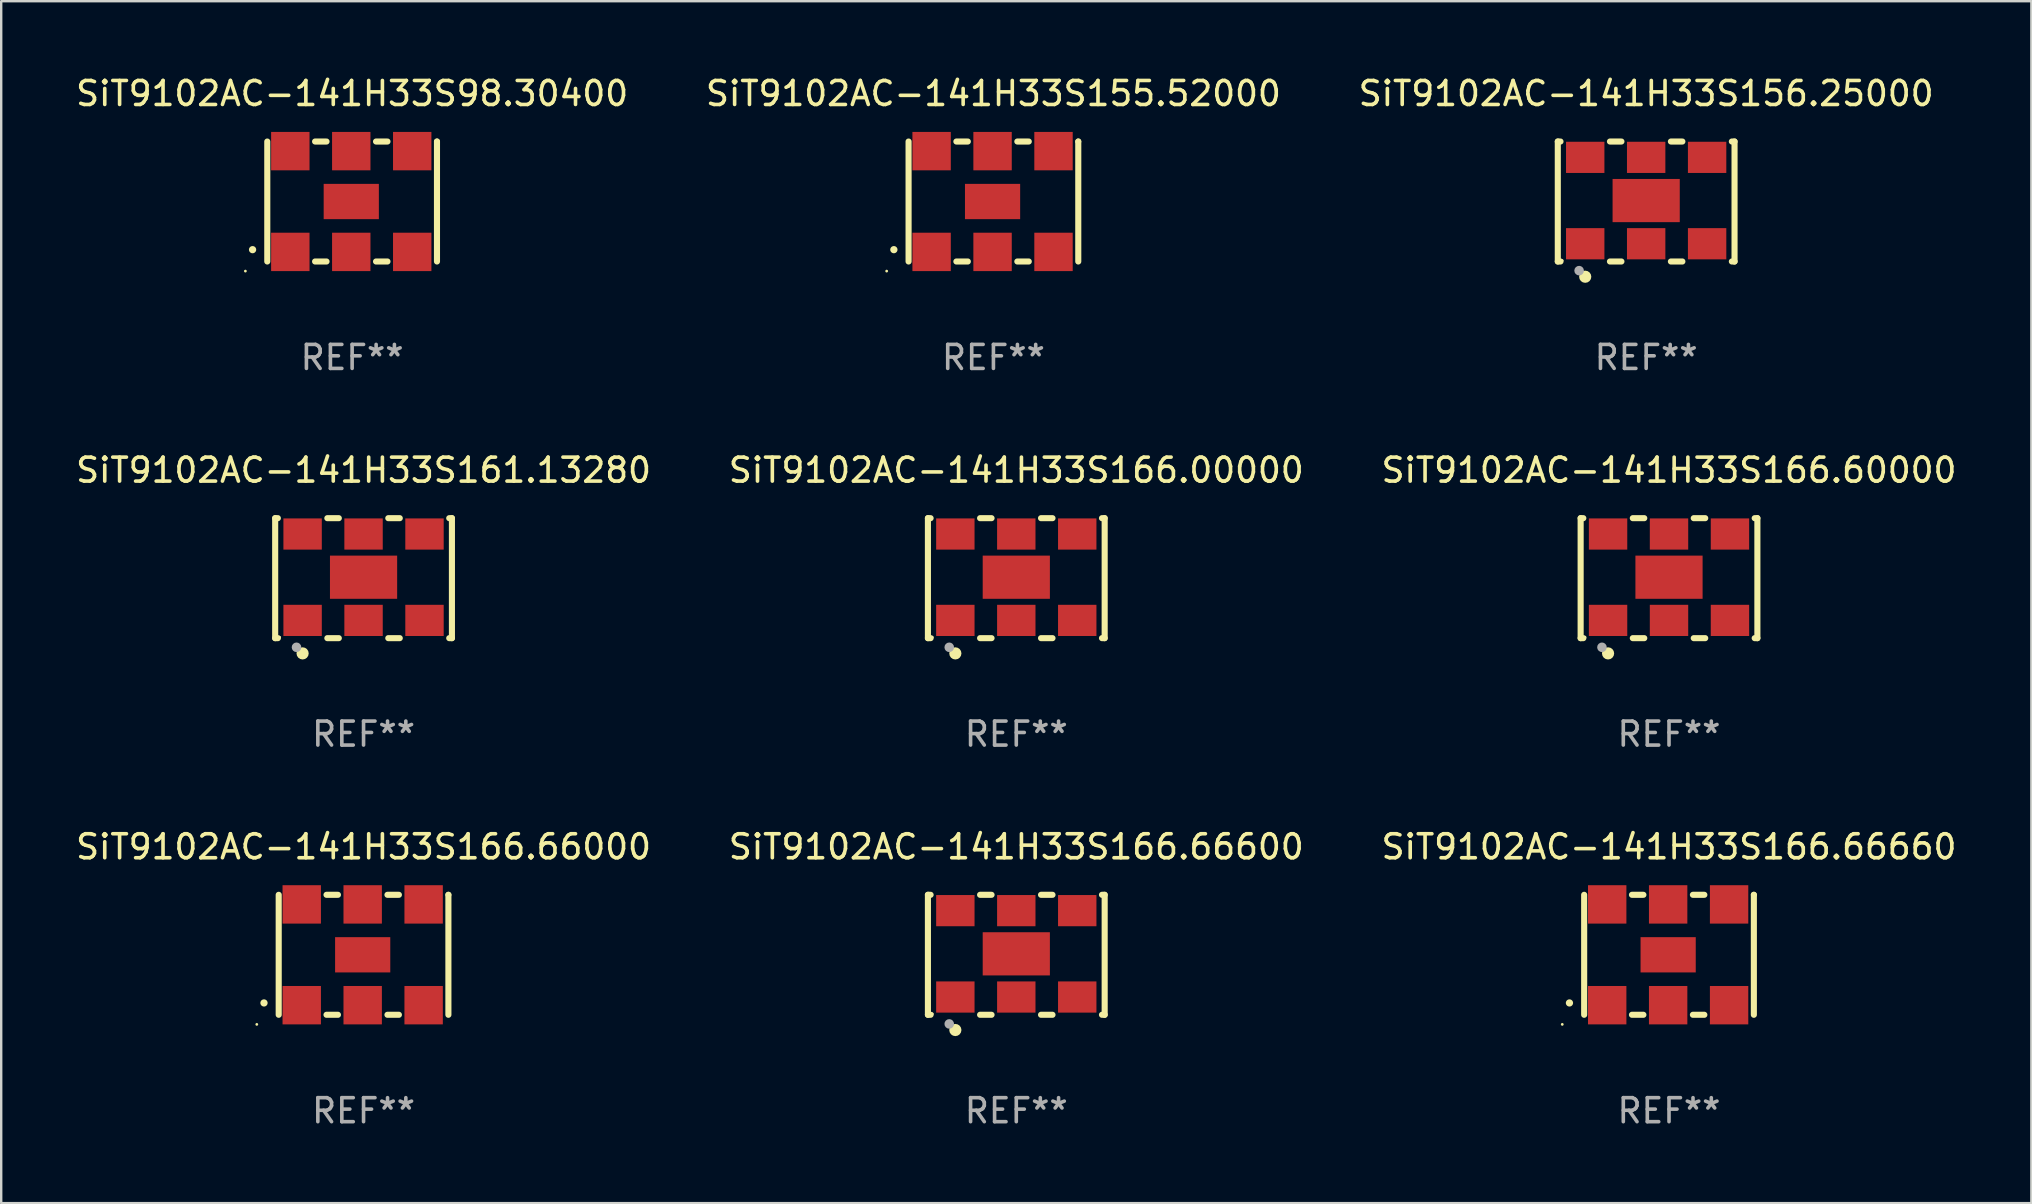
<source format=kicad_pcb>
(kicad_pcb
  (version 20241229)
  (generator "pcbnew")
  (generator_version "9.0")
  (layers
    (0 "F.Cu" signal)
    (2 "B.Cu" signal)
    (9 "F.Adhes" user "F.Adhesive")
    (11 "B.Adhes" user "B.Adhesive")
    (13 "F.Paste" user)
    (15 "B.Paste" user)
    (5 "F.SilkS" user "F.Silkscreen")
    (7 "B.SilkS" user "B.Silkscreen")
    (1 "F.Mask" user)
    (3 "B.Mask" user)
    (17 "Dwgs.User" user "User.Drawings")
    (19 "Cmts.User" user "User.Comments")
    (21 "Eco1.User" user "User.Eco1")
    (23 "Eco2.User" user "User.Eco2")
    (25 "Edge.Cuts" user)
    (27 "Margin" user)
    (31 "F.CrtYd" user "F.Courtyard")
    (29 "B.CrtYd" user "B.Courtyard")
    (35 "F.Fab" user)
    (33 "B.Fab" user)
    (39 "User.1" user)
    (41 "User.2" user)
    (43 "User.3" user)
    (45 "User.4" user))
  (footprint "SiT9102AC-141H33S166.66660"
    (layer "F.Cu")
    (at 66.506 36.741)
    (property "Reference" "SiT9102AC-141H33S166.66660" (at 0 -4.5 0) (layer "F.SilkS") (effects (font (size 1 1) (thickness 0.15))))
    (attr through_hole)
    (fp_line (start -3.536 -2.5) (end -3.536 2.5) (stroke (width 0.254) (type solid)) (layer "F.SilkS"))
    (fp_line (start -1.544 2.5) (end -1.067 2.5) (stroke (width 0.254) (type solid)) (layer "F.SilkS"))
    (fp_line (start -1.067 -2.5) (end -1.544 -2.5) (stroke (width 0.254) (type solid)) (layer "F.SilkS"))
    (fp_line (start 0.996 2.5) (end 1.473 2.5) (stroke (width 0.254) (type solid)) (layer "F.SilkS"))
    (fp_line (start 1.473 -2.5) (end 0.996 -2.5) (stroke (width 0.254) (type solid)) (layer "F.SilkS"))
    (fp_line (start 3.536 -2.5) (end 3.536 -2.5) (stroke (width 0.254) (type solid)) (layer "F.SilkS"))
    (fp_line (start 3.536 2.5) (end 3.536 -2.5) (stroke (width 0.254) (type solid)) (layer "F.SilkS"))
    (fp_arc (start -4.150432 2.006604) (mid -4.149162 2.006599) (end -4.147892 2.006604) (stroke (width 0.3) (type solid)) (layer "F.SilkS"))
    (fp_circle (center -4.449 2.9) (end -4.419 2.9) (stroke (width 0.06) (type solid)) (fill no) (layer "F.SilkS"))
    (fp_text user "REF**" (at 0 6.5 0) (layer "F.Fab") (effects (font (size 1 1) (thickness 0.15))))
    (pad "1" smd rect (at -2.576 2.1) (size 1.6 1.6) (layers "F.Cu" "F.Mask" "F.Paste"))
    (pad "2" smd rect (at -0.036 2.1) (size 1.6 1.6) (layers "F.Cu" "F.Mask" "F.Paste"))
    (pad "3" smd rect (at 2.504 2.1) (size 1.6 1.6) (layers "F.Cu" "F.Mask" "F.Paste"))
    (pad "4" smd rect (at 2.504 -2.1) (size 1.6 1.6) (layers "F.Cu" "F.Mask" "F.Paste"))
    (pad "5" smd rect (at -0.036 -2.1) (size 1.6 1.6) (layers "F.Cu" "F.Mask" "F.Paste"))
    (pad "6" smd rect (at -2.576 -2.1) (size 1.6 1.6) (layers "F.Cu" "F.Mask" "F.Paste"))
    (pad "7" smd rect (at -0.036 0) (size 2.3 1.47) (layers "F.Cu" "F.Mask" "F.Paste")))
  (footprint "SiT9102AC-141H33S166.00000"
    (layer "F.Cu")
    (at 39.304 21.045)
    (property "Reference" "SiT9102AC-141H33S166.00000" (at 0 -4.5 0) (layer "F.SilkS") (effects (font (size 1 1) (thickness 0.15))))
    (attr through_hole)
    (fp_line (start -3.683 -2.5) (end -3.571 -2.5) (stroke (width 0.254) (type solid)) (layer "F.SilkS"))
    (fp_line (start -3.683 2.5) (end -3.683 -2.5) (stroke (width 0.254) (type solid)) (layer "F.SilkS"))
    (fp_line (start -3.683 2.5) (end -3.571 2.5) (stroke (width 0.254) (type solid)) (layer "F.SilkS"))
    (fp_line (start -1.509 -2.5) (end -1.031 -2.5) (stroke (width 0.254) (type solid)) (layer "F.SilkS"))
    (fp_line (start -1.509 2.5) (end -1.031 2.5) (stroke (width 0.254) (type solid)) (layer "F.SilkS"))
    (fp_line (start 1.031 -2.5) (end 1.509 -2.5) (stroke (width 0.254) (type solid)) (layer "F.SilkS"))
    (fp_line (start 1.031 2.5) (end 1.509 2.5) (stroke (width 0.254) (type solid)) (layer "F.SilkS"))
    (fp_line (start 3.571 -2.5) (end 3.683 -2.5) (stroke (width 0.254) (type solid)) (layer "F.SilkS"))
    (fp_line (start 3.571 2.5) (end 3.683 2.5) (stroke (width 0.254) (type solid)) (layer "F.SilkS"))
    (fp_line (start 3.683 2.5) (end 3.683 -2.5) (stroke (width 0.254) (type solid)) (layer "F.SilkS"))
    (fp_circle (center -3.5 2.46) (end -3.47 2.46) (stroke (width 0.06) (type solid)) (fill no) (layer "F.SilkS"))
    (fp_circle (center -2.54 3.135) (end -2.413 3.135) (stroke (width 0.254) (type solid)) (fill no) (layer "F.SilkS"))
    (fp_circle (center -2.794 2.881) (end -2.694 2.881) (stroke (width 0.2) (type solid)) (fill no) (layer "F.Fab"))
    (fp_text user "REF**" (at 0 6.5 0) (layer "F.Fab") (effects (font (size 1 1) (thickness 0.15))))
    (pad "1" smd rect (at -2.54 1.76) (size 1.6 1.3) (layers "F.Cu" "F.Mask" "F.Paste"))
    (pad "2" smd rect (at 0 1.76) (size 1.6 1.3) (layers "F.Cu" "F.Mask" "F.Paste"))
    (pad "3" smd rect (at 2.54 1.76) (size 1.6 1.3) (layers "F.Cu" "F.Mask" "F.Paste"))
    (pad "4" smd rect (at 2.54 -1.84) (size 1.6 1.3) (layers "F.Cu" "F.Mask" "F.Paste"))
    (pad "5" smd rect (at 0 -1.84) (size 1.6 1.3) (layers "F.Cu" "F.Mask" "F.Paste"))
    (pad "6" smd rect (at -2.54 -1.84) (size 1.6 1.3) (layers "F.Cu" "F.Mask" "F.Paste"))
    (pad "7" smd rect (at 0 -0.04) (size 2.8 1.8) (layers "F.Cu" "F.Mask" "F.Paste")))
  (footprint "SiT9102AC-141H33S166.66600"
    (layer "F.Cu")
    (at 39.304 36.741)
    (property "Reference" "SiT9102AC-141H33S166.66600" (at 0 -4.5 0) (layer "F.SilkS") (effects (font (size 1 1) (thickness 0.15))))
    (attr through_hole)
    (fp_line (start -3.683 -2.5) (end -3.571 -2.5) (stroke (width 0.254) (type solid)) (layer "F.SilkS"))
    (fp_line (start -3.683 2.5) (end -3.683 -2.5) (stroke (width 0.254) (type solid)) (layer "F.SilkS"))
    (fp_line (start -3.683 2.5) (end -3.571 2.5) (stroke (width 0.254) (type solid)) (layer "F.SilkS"))
    (fp_line (start -1.509 -2.5) (end -1.031 -2.5) (stroke (width 0.254) (type solid)) (layer "F.SilkS"))
    (fp_line (start -1.509 2.5) (end -1.031 2.5) (stroke (width 0.254) (type solid)) (layer "F.SilkS"))
    (fp_line (start 1.031 -2.5) (end 1.509 -2.5) (stroke (width 0.254) (type solid)) (layer "F.SilkS"))
    (fp_line (start 1.031 2.5) (end 1.509 2.5) (stroke (width 0.254) (type solid)) (layer "F.SilkS"))
    (fp_line (start 3.571 -2.5) (end 3.683 -2.5) (stroke (width 0.254) (type solid)) (layer "F.SilkS"))
    (fp_line (start 3.571 2.5) (end 3.683 2.5) (stroke (width 0.254) (type solid)) (layer "F.SilkS"))
    (fp_line (start 3.683 2.5) (end 3.683 -2.5) (stroke (width 0.254) (type solid)) (layer "F.SilkS"))
    (fp_circle (center -3.5 2.46) (end -3.47 2.46) (stroke (width 0.06) (type solid)) (fill no) (layer "F.SilkS"))
    (fp_circle (center -2.54 3.135) (end -2.413 3.135) (stroke (width 0.254) (type solid)) (fill no) (layer "F.SilkS"))
    (fp_circle (center -2.794 2.881) (end -2.694 2.881) (stroke (width 0.2) (type solid)) (fill no) (layer "F.Fab"))
    (fp_text user "REF**" (at 0 6.5 0) (layer "F.Fab") (effects (font (size 1 1) (thickness 0.15))))
    (pad "1" smd rect (at -2.54 1.76) (size 1.6 1.3) (layers "F.Cu" "F.Mask" "F.Paste"))
    (pad "2" smd rect (at 0 1.76) (size 1.6 1.3) (layers "F.Cu" "F.Mask" "F.Paste"))
    (pad "3" smd rect (at 2.54 1.76) (size 1.6 1.3) (layers "F.Cu" "F.Mask" "F.Paste"))
    (pad "4" smd rect (at 2.54 -1.84) (size 1.6 1.3) (layers "F.Cu" "F.Mask" "F.Paste"))
    (pad "5" smd rect (at 0 -1.84) (size 1.6 1.3) (layers "F.Cu" "F.Mask" "F.Paste"))
    (pad "6" smd rect (at -2.54 -1.84) (size 1.6 1.3) (layers "F.Cu" "F.Mask" "F.Paste"))
    (pad "7" smd rect (at 0 -0.04) (size 2.8 1.8) (layers "F.Cu" "F.Mask" "F.Paste")))
  (footprint "SiT9102AC-141H33S161.13280"
    (layer "F.Cu")
    (at 12.101 21.045)
    (property "Reference" "SiT9102AC-141H33S161.13280" (at 0 -4.5 0) (layer "F.SilkS") (effects (font (size 1 1) (thickness 0.15))))
    (attr through_hole)
    (fp_line (start -3.683 -2.5) (end -3.571 -2.5) (stroke (width 0.254) (type solid)) (layer "F.SilkS"))
    (fp_line (start -3.683 2.5) (end -3.683 -2.5) (stroke (width 0.254) (type solid)) (layer "F.SilkS"))
    (fp_line (start -3.683 2.5) (end -3.571 2.5) (stroke (width 0.254) (type solid)) (layer "F.SilkS"))
    (fp_line (start -1.509 -2.5) (end -1.031 -2.5) (stroke (width 0.254) (type solid)) (layer "F.SilkS"))
    (fp_line (start -1.509 2.5) (end -1.031 2.5) (stroke (width 0.254) (type solid)) (layer "F.SilkS"))
    (fp_line (start 1.031 -2.5) (end 1.509 -2.5) (stroke (width 0.254) (type solid)) (layer "F.SilkS"))
    (fp_line (start 1.031 2.5) (end 1.509 2.5) (stroke (width 0.254) (type solid)) (layer "F.SilkS"))
    (fp_line (start 3.571 -2.5) (end 3.683 -2.5) (stroke (width 0.254) (type solid)) (layer "F.SilkS"))
    (fp_line (start 3.571 2.5) (end 3.683 2.5) (stroke (width 0.254) (type solid)) (layer "F.SilkS"))
    (fp_line (start 3.683 2.5) (end 3.683 -2.5) (stroke (width 0.254) (type solid)) (layer "F.SilkS"))
    (fp_circle (center -3.5 2.46) (end -3.47 2.46) (stroke (width 0.06) (type solid)) (fill no) (layer "F.SilkS"))
    (fp_circle (center -2.54 3.135) (end -2.413 3.135) (stroke (width 0.254) (type solid)) (fill no) (layer "F.SilkS"))
    (fp_circle (center -2.794 2.881) (end -2.694 2.881) (stroke (width 0.2) (type solid)) (fill no) (layer "F.Fab"))
    (fp_text user "REF**" (at 0 6.5 0) (layer "F.Fab") (effects (font (size 1 1) (thickness 0.15))))
    (pad "1" smd rect (at -2.54 1.76) (size 1.6 1.3) (layers "F.Cu" "F.Mask" "F.Paste"))
    (pad "2" smd rect (at 0 1.76) (size 1.6 1.3) (layers "F.Cu" "F.Mask" "F.Paste"))
    (pad "3" smd rect (at 2.54 1.76) (size 1.6 1.3) (layers "F.Cu" "F.Mask" "F.Paste"))
    (pad "4" smd rect (at 2.54 -1.84) (size 1.6 1.3) (layers "F.Cu" "F.Mask" "F.Paste"))
    (pad "5" smd rect (at 0 -1.84) (size 1.6 1.3) (layers "F.Cu" "F.Mask" "F.Paste"))
    (pad "6" smd rect (at -2.54 -1.84) (size 1.6 1.3) (layers "F.Cu" "F.Mask" "F.Paste"))
    (pad "7" smd rect (at 0 -0.04) (size 2.8 1.8) (layers "F.Cu" "F.Mask" "F.Paste")))
  (footprint "SiT9102AC-141H33S166.66000"
    (layer "F.Cu")
    (at 12.101 36.741)
    (property "Reference" "SiT9102AC-141H33S166.66000" (at 0 -4.5 0) (layer "F.SilkS") (effects (font (size 1 1) (thickness 0.15))))
    (attr through_hole)
    (fp_line (start -3.536 -2.5) (end -3.536 2.5) (stroke (width 0.254) (type solid)) (layer "F.SilkS"))
    (fp_line (start -1.544 2.5) (end -1.067 2.5) (stroke (width 0.254) (type solid)) (layer "F.SilkS"))
    (fp_line (start -1.067 -2.5) (end -1.544 -2.5) (stroke (width 0.254) (type solid)) (layer "F.SilkS"))
    (fp_line (start 0.996 2.5) (end 1.473 2.5) (stroke (width 0.254) (type solid)) (layer "F.SilkS"))
    (fp_line (start 1.473 -2.5) (end 0.996 -2.5) (stroke (width 0.254) (type solid)) (layer "F.SilkS"))
    (fp_line (start 3.536 -2.5) (end 3.536 -2.5) (stroke (width 0.254) (type solid)) (layer "F.SilkS"))
    (fp_line (start 3.536 2.5) (end 3.536 -2.5) (stroke (width 0.254) (type solid)) (layer "F.SilkS"))
    (fp_arc (start -4.150432 2.006604) (mid -4.149162 2.006599) (end -4.147892 2.006604) (stroke (width 0.3) (type solid)) (layer "F.SilkS"))
    (fp_circle (center -4.449 2.9) (end -4.419 2.9) (stroke (width 0.06) (type solid)) (fill no) (layer "F.SilkS"))
    (fp_text user "REF**" (at 0 6.5 0) (layer "F.Fab") (effects (font (size 1 1) (thickness 0.15))))
    (pad "1" smd rect (at -2.576 2.1) (size 1.6 1.6) (layers "F.Cu" "F.Mask" "F.Paste"))
    (pad "2" smd rect (at -0.036 2.1) (size 1.6 1.6) (layers "F.Cu" "F.Mask" "F.Paste"))
    (pad "3" smd rect (at 2.504 2.1) (size 1.6 1.6) (layers "F.Cu" "F.Mask" "F.Paste"))
    (pad "4" smd rect (at 2.504 -2.1) (size 1.6 1.6) (layers "F.Cu" "F.Mask" "F.Paste"))
    (pad "5" smd rect (at -0.036 -2.1) (size 1.6 1.6) (layers "F.Cu" "F.Mask" "F.Paste"))
    (pad "6" smd rect (at -2.576 -2.1) (size 1.6 1.6) (layers "F.Cu" "F.Mask" "F.Paste"))
    (pad "7" smd rect (at -0.036 0) (size 2.3 1.47) (layers "F.Cu" "F.Mask" "F.Paste")))
  (footprint "SiT9102AC-141H33S155.52000"
    (layer "F.Cu")
    (at 38.351 5.348)
    (property "Reference" "SiT9102AC-141H33S155.52000" (at 0 -4.5 0) (layer "F.SilkS") (effects (font (size 1 1) (thickness 0.15))))
    (attr through_hole)
    (fp_line (start -3.536 -2.5) (end -3.536 2.5) (stroke (width 0.254) (type solid)) (layer "F.SilkS"))
    (fp_line (start -1.544 2.5) (end -1.067 2.5) (stroke (width 0.254) (type solid)) (layer "F.SilkS"))
    (fp_line (start -1.067 -2.5) (end -1.544 -2.5) (stroke (width 0.254) (type solid)) (layer "F.SilkS"))
    (fp_line (start 0.996 2.5) (end 1.473 2.5) (stroke (width 0.254) (type solid)) (layer "F.SilkS"))
    (fp_line (start 1.473 -2.5) (end 0.996 -2.5) (stroke (width 0.254) (type solid)) (layer "F.SilkS"))
    (fp_line (start 3.536 -2.5) (end 3.536 -2.5) (stroke (width 0.254) (type solid)) (layer "F.SilkS"))
    (fp_line (start 3.536 2.5) (end 3.536 -2.5) (stroke (width 0.254) (type solid)) (layer "F.SilkS"))
    (fp_arc (start -4.150432 2.006604) (mid -4.149162 2.006599) (end -4.147892 2.006604) (stroke (width 0.3) (type solid)) (layer "F.SilkS"))
    (fp_circle (center -4.449 2.9) (end -4.419 2.9) (stroke (width 0.06) (type solid)) (fill no) (layer "F.SilkS"))
    (fp_text user "REF**" (at 0 6.5 0) (layer "F.Fab") (effects (font (size 1 1) (thickness 0.15))))
    (pad "1" smd rect (at -2.576 2.1) (size 1.6 1.6) (layers "F.Cu" "F.Mask" "F.Paste"))
    (pad "2" smd rect (at -0.036 2.1) (size 1.6 1.6) (layers "F.Cu" "F.Mask" "F.Paste"))
    (pad "3" smd rect (at 2.504 2.1) (size 1.6 1.6) (layers "F.Cu" "F.Mask" "F.Paste"))
    (pad "4" smd rect (at 2.504 -2.1) (size 1.6 1.6) (layers "F.Cu" "F.Mask" "F.Paste"))
    (pad "5" smd rect (at -0.036 -2.1) (size 1.6 1.6) (layers "F.Cu" "F.Mask" "F.Paste"))
    (pad "6" smd rect (at -2.576 -2.1) (size 1.6 1.6) (layers "F.Cu" "F.Mask" "F.Paste"))
    (pad "7" smd rect (at -0.036 0) (size 2.3 1.47) (layers "F.Cu" "F.Mask" "F.Paste")))
  (footprint "SiT9102AC-141H33S156.25000"
    (layer "F.Cu")
    (at 65.554 5.348)
    (property "Reference" "SiT9102AC-141H33S156.25000" (at 0 -4.5 0) (layer "F.SilkS") (effects (font (size 1 1) (thickness 0.15))))
    (attr through_hole)
    (fp_line (start -3.683 -2.5) (end -3.571 -2.5) (stroke (width 0.254) (type solid)) (layer "F.SilkS"))
    (fp_line (start -3.683 2.5) (end -3.683 -2.5) (stroke (width 0.254) (type solid)) (layer "F.SilkS"))
    (fp_line (start -3.683 2.5) (end -3.571 2.5) (stroke (width 0.254) (type solid)) (layer "F.SilkS"))
    (fp_line (start -1.509 -2.5) (end -1.031 -2.5) (stroke (width 0.254) (type solid)) (layer "F.SilkS"))
    (fp_line (start -1.509 2.5) (end -1.031 2.5) (stroke (width 0.254) (type solid)) (layer "F.SilkS"))
    (fp_line (start 1.031 -2.5) (end 1.509 -2.5) (stroke (width 0.254) (type solid)) (layer "F.SilkS"))
    (fp_line (start 1.031 2.5) (end 1.509 2.5) (stroke (width 0.254) (type solid)) (layer "F.SilkS"))
    (fp_line (start 3.571 -2.5) (end 3.683 -2.5) (stroke (width 0.254) (type solid)) (layer "F.SilkS"))
    (fp_line (start 3.571 2.5) (end 3.683 2.5) (stroke (width 0.254) (type solid)) (layer "F.SilkS"))
    (fp_line (start 3.683 2.5) (end 3.683 -2.5) (stroke (width 0.254) (type solid)) (layer "F.SilkS"))
    (fp_circle (center -3.5 2.46) (end -3.47 2.46) (stroke (width 0.06) (type solid)) (fill no) (layer "F.SilkS"))
    (fp_circle (center -2.54 3.135) (end -2.413 3.135) (stroke (width 0.254) (type solid)) (fill no) (layer "F.SilkS"))
    (fp_circle (center -2.794 2.881) (end -2.694 2.881) (stroke (width 0.2) (type solid)) (fill no) (layer "F.Fab"))
    (fp_text user "REF**" (at 0 6.5 0) (layer "F.Fab") (effects (font (size 1 1) (thickness 0.15))))
    (pad "1" smd rect (at -2.54 1.76) (size 1.6 1.3) (layers "F.Cu" "F.Mask" "F.Paste"))
    (pad "2" smd rect (at 0 1.76) (size 1.6 1.3) (layers "F.Cu" "F.Mask" "F.Paste"))
    (pad "3" smd rect (at 2.54 1.76) (size 1.6 1.3) (layers "F.Cu" "F.Mask" "F.Paste"))
    (pad "4" smd rect (at 2.54 -1.84) (size 1.6 1.3) (layers "F.Cu" "F.Mask" "F.Paste"))
    (pad "5" smd rect (at 0 -1.84) (size 1.6 1.3) (layers "F.Cu" "F.Mask" "F.Paste"))
    (pad "6" smd rect (at -2.54 -1.84) (size 1.6 1.3) (layers "F.Cu" "F.Mask" "F.Paste"))
    (pad "7" smd rect (at 0 -0.04) (size 2.8 1.8) (layers "F.Cu" "F.Mask" "F.Paste")))
  (footprint "SiT9102AC-141H33S98.30400"
    (layer "F.Cu")
    (at 11.625 5.348)
    (property "Reference" "SiT9102AC-141H33S98.30400" (at 0 -4.5 0) (layer "F.SilkS") (effects (font (size 1 1) (thickness 0.15))))
    (attr through_hole)
    (fp_line (start -3.536 -2.5) (end -3.536 2.5) (stroke (width 0.254) (type solid)) (layer "F.SilkS"))
    (fp_line (start -1.544 2.5) (end -1.067 2.5) (stroke (width 0.254) (type solid)) (layer "F.SilkS"))
    (fp_line (start -1.067 -2.5) (end -1.544 -2.5) (stroke (width 0.254) (type solid)) (layer "F.SilkS"))
    (fp_line (start 0.996 2.5) (end 1.473 2.5) (stroke (width 0.254) (type solid)) (layer "F.SilkS"))
    (fp_line (start 1.473 -2.5) (end 0.996 -2.5) (stroke (width 0.254) (type solid)) (layer "F.SilkS"))
    (fp_line (start 3.536 -2.5) (end 3.536 -2.5) (stroke (width 0.254) (type solid)) (layer "F.SilkS"))
    (fp_line (start 3.536 2.5) (end 3.536 -2.5) (stroke (width 0.254) (type solid)) (layer "F.SilkS"))
    (fp_arc (start -4.150432 2.006604) (mid -4.149162 2.006599) (end -4.147892 2.006604) (stroke (width 0.3) (type solid)) (layer "F.SilkS"))
    (fp_circle (center -4.449 2.9) (end -4.419 2.9) (stroke (width 0.06) (type solid)) (fill no) (layer "F.SilkS"))
    (fp_text user "REF**" (at 0 6.5 0) (layer "F.Fab") (effects (font (size 1 1) (thickness 0.15))))
    (pad "1" smd rect (at -2.576 2.1) (size 1.6 1.6) (layers "F.Cu" "F.Mask" "F.Paste"))
    (pad "2" smd rect (at -0.036 2.1) (size 1.6 1.6) (layers "F.Cu" "F.Mask" "F.Paste"))
    (pad "3" smd rect (at 2.504 2.1) (size 1.6 1.6) (layers "F.Cu" "F.Mask" "F.Paste"))
    (pad "4" smd rect (at 2.504 -2.1) (size 1.6 1.6) (layers "F.Cu" "F.Mask" "F.Paste"))
    (pad "5" smd rect (at -0.036 -2.1) (size 1.6 1.6) (layers "F.Cu" "F.Mask" "F.Paste"))
    (pad "6" smd rect (at -2.576 -2.1) (size 1.6 1.6) (layers "F.Cu" "F.Mask" "F.Paste"))
    (pad "7" smd rect (at -0.036 0) (size 2.3 1.47) (layers "F.Cu" "F.Mask" "F.Paste")))
  (footprint "SiT9102AC-141H33S166.60000"
    (layer "F.Cu")
    (at 66.506 21.045)
    (property "Reference" "SiT9102AC-141H33S166.60000" (at 0 -4.5 0) (layer "F.SilkS") (effects (font (size 1 1) (thickness 0.15))))
    (attr through_hole)
    (fp_line (start -3.683 -2.5) (end -3.571 -2.5) (stroke (width 0.254) (type solid)) (layer "F.SilkS"))
    (fp_line (start -3.683 2.5) (end -3.683 -2.5) (stroke (width 0.254) (type solid)) (layer "F.SilkS"))
    (fp_line (start -3.683 2.5) (end -3.571 2.5) (stroke (width 0.254) (type solid)) (layer "F.SilkS"))
    (fp_line (start -1.509 -2.5) (end -1.031 -2.5) (stroke (width 0.254) (type solid)) (layer "F.SilkS"))
    (fp_line (start -1.509 2.5) (end -1.031 2.5) (stroke (width 0.254) (type solid)) (layer "F.SilkS"))
    (fp_line (start 1.031 -2.5) (end 1.509 -2.5) (stroke (width 0.254) (type solid)) (layer "F.SilkS"))
    (fp_line (start 1.031 2.5) (end 1.509 2.5) (stroke (width 0.254) (type solid)) (layer "F.SilkS"))
    (fp_line (start 3.571 -2.5) (end 3.683 -2.5) (stroke (width 0.254) (type solid)) (layer "F.SilkS"))
    (fp_line (start 3.571 2.5) (end 3.683 2.5) (stroke (width 0.254) (type solid)) (layer "F.SilkS"))
    (fp_line (start 3.683 2.5) (end 3.683 -2.5) (stroke (width 0.254) (type solid)) (layer "F.SilkS"))
    (fp_circle (center -3.5 2.46) (end -3.47 2.46) (stroke (width 0.06) (type solid)) (fill no) (layer "F.SilkS"))
    (fp_circle (center -2.54 3.135) (end -2.413 3.135) (stroke (width 0.254) (type solid)) (fill no) (layer "F.SilkS"))
    (fp_circle (center -2.794 2.881) (end -2.694 2.881) (stroke (width 0.2) (type solid)) (fill no) (layer "F.Fab"))
    (fp_text user "REF**" (at 0 6.5 0) (layer "F.Fab") (effects (font (size 1 1) (thickness 0.15))))
    (pad "1" smd rect (at -2.54 1.76) (size 1.6 1.3) (layers "F.Cu" "F.Mask" "F.Paste"))
    (pad "2" smd rect (at 0 1.76) (size 1.6 1.3) (layers "F.Cu" "F.Mask" "F.Paste"))
    (pad "3" smd rect (at 2.54 1.76) (size 1.6 1.3) (layers "F.Cu" "F.Mask" "F.Paste"))
    (pad "4" smd rect (at 2.54 -1.84) (size 1.6 1.3) (layers "F.Cu" "F.Mask" "F.Paste"))
    (pad "5" smd rect (at 0 -1.84) (size 1.6 1.3) (layers "F.Cu" "F.Mask" "F.Paste"))
    (pad "6" smd rect (at -2.54 -1.84) (size 1.6 1.3) (layers "F.Cu" "F.Mask" "F.Paste"))
    (pad "7" smd rect (at 0 -0.04) (size 2.8 1.8) (layers "F.Cu" "F.Mask" "F.Paste")))
  (gr_rect
    (start -3 -3)
    (end 81.607 47.09)
    (stroke (width 0.1) (type default))
    (fill no)
    (layer "Edge.Cuts")))
</source>
